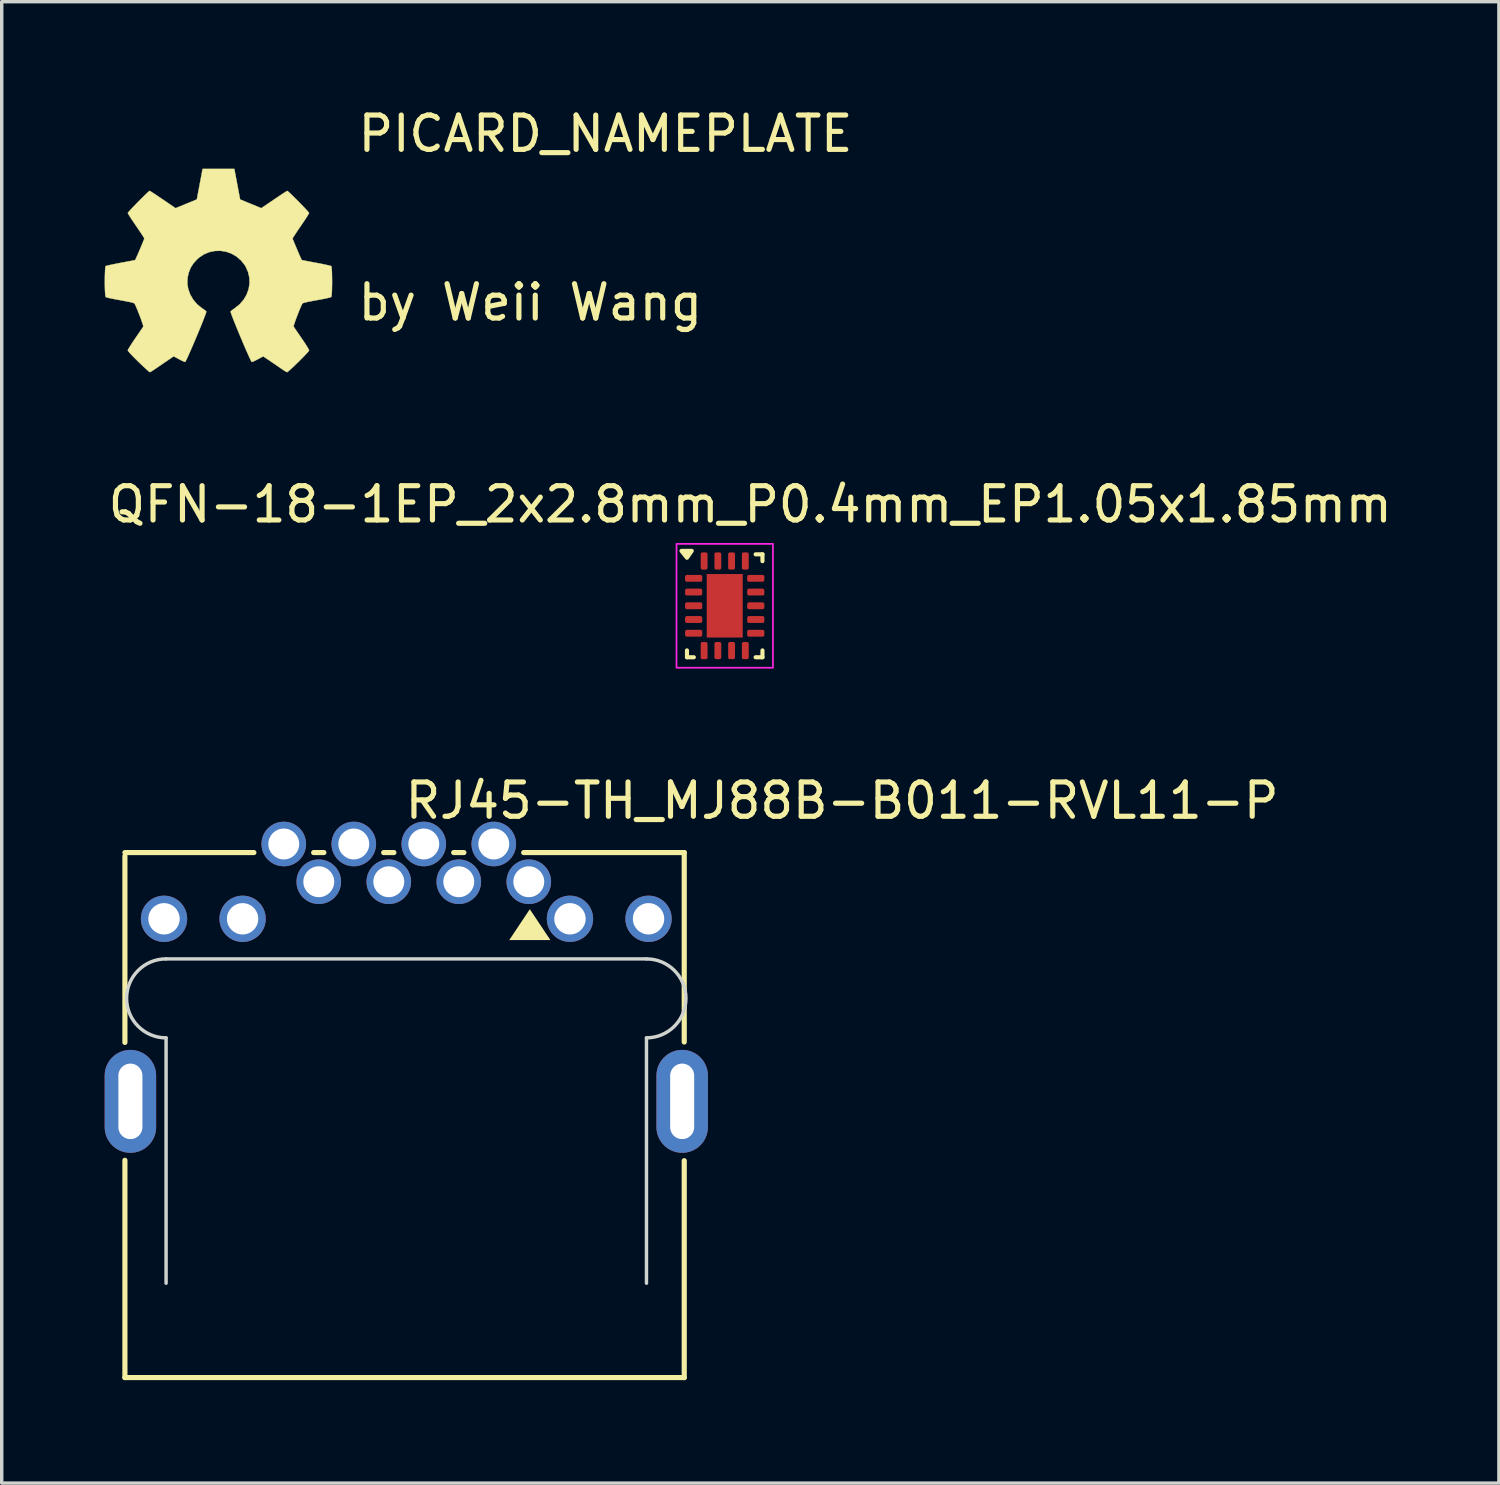
<source format=kicad_pcb>
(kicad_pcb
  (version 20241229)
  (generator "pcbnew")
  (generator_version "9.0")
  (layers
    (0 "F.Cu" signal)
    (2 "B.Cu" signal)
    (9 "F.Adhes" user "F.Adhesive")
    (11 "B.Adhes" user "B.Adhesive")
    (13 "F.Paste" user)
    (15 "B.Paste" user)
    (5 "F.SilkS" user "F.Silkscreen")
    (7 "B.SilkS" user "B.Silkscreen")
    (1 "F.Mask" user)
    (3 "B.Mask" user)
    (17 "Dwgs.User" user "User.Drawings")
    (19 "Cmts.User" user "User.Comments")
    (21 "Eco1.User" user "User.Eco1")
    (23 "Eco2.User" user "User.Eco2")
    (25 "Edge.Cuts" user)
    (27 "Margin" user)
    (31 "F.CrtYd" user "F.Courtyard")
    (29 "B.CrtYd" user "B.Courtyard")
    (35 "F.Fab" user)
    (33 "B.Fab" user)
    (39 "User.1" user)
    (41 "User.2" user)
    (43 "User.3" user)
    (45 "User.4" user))
  (footprint "QFN-18-1EP_2x2.8mm_P0.4mm_EP1.05x1.85mm"
    (layer "F.Cu")
    (at 18.07 14.604)
    (property "Reference" "QFN-18-1EP_2x2.8mm_P0.4mm_EP1.05x1.85mm" (at 0.745 -2.955 0) (layer "F.SilkS") (effects (font (size 1 1) (thickness 0.15))))
    (attr smd)
    (fp_line (start -1.1 1.5) (end -1.1 1.3) (stroke (width 0.12) (type default)) (layer "F.SilkS"))
    (fp_line (start -0.9 1.5) (end -1.1 1.5) (stroke (width 0.12) (type default)) (layer "F.SilkS"))
    (fp_line (start 0.9 -1.5) (end 1.1 -1.5) (stroke (width 0.12) (type default)) (layer "F.SilkS"))
    (fp_line (start 1.1 -1.5) (end 1.1 -1.3) (stroke (width 0.12) (type default)) (layer "F.SilkS"))
    (fp_line (start 1.1 1.3) (end 1.1 1.5) (stroke (width 0.12) (type default)) (layer "F.SilkS"))
    (fp_line (start 1.1 1.5) (end 0.9 1.5) (stroke (width 0.12) (type default)) (layer "F.SilkS"))
    (fp_poly (pts (xy -1.1 -1.4) (xy -1.26 -1.6) (xy -0.96 -1.6) (xy -1.1 -1.4)) (stroke (width 0.12) (type solid)) (fill yes) (layer "F.SilkS"))
    (fp_poly (pts (xy -0.3 -0.66) (xy 0.3 -0.66) (xy 0.3 -0.06) (xy -0.3 -0.06)) (stroke (width 0.01) (type solid)) (fill yes) (layer "F.Paste"))
    (fp_poly (pts (xy -0.3 0.06) (xy 0.3 0.06) (xy 0.3 0.66) (xy -0.3 0.66)) (stroke (width 0.01) (type solid)) (fill yes) (layer "F.Paste"))
    (fp_rect (start -1.405 -1.805) (end 1.405 1.805) (stroke (width 0.05) (type default)) (fill no) (layer "F.CrtYd"))
    (pad "1" smd roundrect (at -0.905 -0.8) (size 0.5 0.2) (layers "F.Cu" "F.Mask" "F.Paste") (roundrect_rratio 0.25))
    (pad "2" smd roundrect (at -0.905 -0.4) (size 0.5 0.2) (layers "F.Cu" "F.Mask" "F.Paste") (roundrect_rratio 0.25))
    (pad "3" smd roundrect (at -0.905 0) (size 0.5 0.2) (layers "F.Cu" "F.Mask" "F.Paste") (roundrect_rratio 0.25))
    (pad "4" smd roundrect (at -0.905 0.4) (size 0.5 0.2) (layers "F.Cu" "F.Mask" "F.Paste") (roundrect_rratio 0.25))
    (pad "5" smd roundrect (at -0.905 0.8) (size 0.5 0.2) (layers "F.Cu" "F.Mask" "F.Paste") (roundrect_rratio 0.25))
    (pad "6" smd roundrect (at -0.6 1.305) (size 0.2 0.5) (layers "F.Cu" "F.Mask" "F.Paste") (roundrect_rratio 0.25))
    (pad "7" smd roundrect (at -0.2 1.305 180) (size 0.2 0.5) (layers "F.Cu" "F.Mask" "F.Paste") (roundrect_rratio 0.25))
    (pad "8" smd roundrect (at 0.2 1.305) (size 0.2 0.5) (layers "F.Cu" "F.Mask" "F.Paste") (roundrect_rratio 0.25))
    (pad "9" smd roundrect (at 0.6 1.305) (size 0.2 0.5) (layers "F.Cu" "F.Mask" "F.Paste") (roundrect_rratio 0.25))
    (pad "10" smd roundrect (at 0.905 0.8) (size 0.5 0.2) (layers "F.Cu" "F.Mask" "F.Paste") (roundrect_rratio 0.25))
    (pad "11" smd roundrect (at 0.905 0.4) (size 0.5 0.2) (layers "F.Cu" "F.Mask" "F.Paste") (roundrect_rratio 0.25))
    (pad "12" smd roundrect (at 0.905 0) (size 0.5 0.2) (layers "F.Cu" "F.Mask" "F.Paste") (roundrect_rratio 0.25))
    (pad "13" smd roundrect (at 0.905 -0.4) (size 0.5 0.2) (layers "F.Cu" "F.Mask" "F.Paste") (roundrect_rratio 0.25))
    (pad "14" smd roundrect (at 0.905 -0.8) (size 0.5 0.2) (layers "F.Cu" "F.Mask" "F.Paste") (roundrect_rratio 0.25))
    (pad "15" smd roundrect (at 0.6 -1.305) (size 0.2 0.5) (layers "F.Cu" "F.Mask" "F.Paste") (roundrect_rratio 0.25))
    (pad "16" smd roundrect (at 0.2 -1.305) (size 0.2 0.5) (layers "F.Cu" "F.Mask" "F.Paste") (roundrect_rratio 0.25))
    (pad "17" smd roundrect (at -0.2 -1.305) (size 0.2 0.5) (layers "F.Cu" "F.Mask" "F.Paste") (roundrect_rratio 0.25))
    (pad "18" smd roundrect (at -0.6 -1.305) (size 0.2 0.5) (layers "F.Cu" "F.Mask" "F.Paste") (roundrect_rratio 0.25))
    (pad "19" smd rect (at 0 0) (size 1.05 1.85) (layers "F.Cu" "F.Mask")))
  (footprint "PICARD_NAMEPLATE"
    (layer "F.Cu")
    (at 3.307 4.848)
    (property "Reference" "PICARD_NAMEPLATE" (at 4 -4 0) (layer "F.SilkS") (effects (font (size 1 1) (thickness 0.15)) (justify left)))
    (attr exclude_from_pos_files exclude_from_bom)
    (fp_poly (pts (xy 0.556 -2.531) (xy 0.64 -2.086) (xy 0.949 -1.959) (xy 1.258 -1.831) (xy 1.629 -2.084) (xy 1.733 -2.154) (xy 1.827 -2.217) (xy 1.907 -2.269) (xy 1.967 -2.308) (xy 2.005 -2.331) (xy 2.015 -2.336) (xy 2.034 -2.323) (xy 2.073 -2.288) (xy 2.13 -2.235) (xy 2.198 -2.168) (xy 2.274 -2.093) (xy 2.353 -2.013) (xy 2.431 -1.932) (xy 2.504 -1.857) (xy 2.567 -1.79) (xy 2.615 -1.737) (xy 2.644 -1.702) (xy 2.651 -1.69) (xy 2.641 -1.669) (xy 2.613 -1.621) (xy 2.569 -1.553) (xy 2.513 -1.468) (xy 2.448 -1.371) (xy 2.41 -1.316) (xy 2.341 -1.215) (xy 2.28 -1.124) (xy 2.23 -1.047) (xy 2.193 -0.989) (xy 2.172 -0.955) (xy 2.169 -0.948) (xy 2.176 -0.927) (xy 2.195 -0.879) (xy 2.223 -0.811) (xy 2.257 -0.729) (xy 2.295 -0.64) (xy 2.333 -0.55) (xy 2.369 -0.467) (xy 2.4 -0.396) (xy 2.423 -0.346) (xy 2.435 -0.322) (xy 2.436 -0.321) (xy 2.455 -0.316) (xy 2.505 -0.306) (xy 2.581 -0.291) (xy 2.678 -0.272) (xy 2.791 -0.251) (xy 2.856 -0.239) (xy 2.977 -0.216) (xy 3.086 -0.194) (xy 3.177 -0.174) (xy 3.246 -0.158) (xy 3.287 -0.147) (xy 3.296 -0.143) (xy 3.304 -0.119) (xy 3.31 -0.064) (xy 3.315 0.015) (xy 3.318 0.112) (xy 3.32 0.22) (xy 3.321 0.333) (xy 3.319 0.445) (xy 3.317 0.549) (xy 3.312 0.638) (xy 3.307 0.707) (xy 3.299 0.748) (xy 3.295 0.757) (xy 3.269 0.767) (xy 3.213 0.782) (xy 3.136 0.799) (xy 3.044 0.818) (xy 3.012 0.824) (xy 2.858 0.852) (xy 2.735 0.875) (xy 2.642 0.893) (xy 2.572 0.908) (xy 2.523 0.919) (xy 2.491 0.929) (xy 2.471 0.938) (xy 2.459 0.947) (xy 2.457 0.948) (xy 2.44 0.976) (xy 2.415 1.031) (xy 2.383 1.105) (xy 2.347 1.192) (xy 2.311 1.286) (xy 2.275 1.379) (xy 2.244 1.466) (xy 2.219 1.539) (xy 2.203 1.592) (xy 2.199 1.618) (xy 2.2 1.619) (xy 2.214 1.64) (xy 2.245 1.687) (xy 2.291 1.755) (xy 2.349 1.838) (xy 2.413 1.933) (xy 2.432 1.96) (xy 2.498 2.057) (xy 2.556 2.146) (xy 2.603 2.221) (xy 2.635 2.278) (xy 2.651 2.311) (xy 2.651 2.315) (xy 2.638 2.336) (xy 2.603 2.377) (xy 2.549 2.435) (xy 2.482 2.505) (xy 2.406 2.582) (xy 2.326 2.662) (xy 2.245 2.74) (xy 2.17 2.811) (xy 2.103 2.872) (xy 2.051 2.918) (xy 2.017 2.944) (xy 2.008 2.948) (xy 1.986 2.938) (xy 1.941 2.911) (xy 1.88 2.872) (xy 1.834 2.84) (xy 1.749 2.782) (xy 1.65 2.714) (xy 1.549 2.646) (xy 1.496 2.609) (xy 1.313 2.486) (xy 1.16 2.569) (xy 1.091 2.605) (xy 1.031 2.633) (xy 0.991 2.649) (xy 0.981 2.651) (xy 0.969 2.635) (xy 0.945 2.588) (xy 0.91 2.516) (xy 0.868 2.422) (xy 0.818 2.31) (xy 0.764 2.186) (xy 0.708 2.053) (xy 0.65 1.916) (xy 0.593 1.779) (xy 0.538 1.646) (xy 0.488 1.522) (xy 0.443 1.411) (xy 0.407 1.317) (xy 0.381 1.244) (xy 0.366 1.197) (xy 0.363 1.181) (xy 0.382 1.16) (xy 0.424 1.127) (xy 0.48 1.088) (xy 0.484 1.085) (xy 0.628 0.969) (xy 0.744 0.835) (xy 0.831 0.686) (xy 0.889 0.526) (xy 0.915 0.36) (xy 0.91 0.192) (xy 0.871 0.026) (xy 0.799 -0.134) (xy 0.778 -0.169) (xy 0.667 -0.309) (xy 0.536 -0.422) (xy 0.39 -0.507) (xy 0.233 -0.563) (xy 0.069 -0.589) (xy -0.097 -0.585) (xy -0.26 -0.551) (xy -0.416 -0.485) (xy -0.56 -0.388) (xy -0.605 -0.348) (xy -0.719 -0.224) (xy -0.802 -0.094) (xy -0.859 0.052) (xy -0.89 0.197) (xy -0.898 0.36) (xy -0.872 0.523) (xy -0.815 0.682) (xy -0.729 0.831) (xy -0.617 0.964) (xy -0.482 1.075) (xy -0.464 1.087) (xy -0.408 1.126) (xy -0.365 1.159) (xy -0.345 1.18) (xy -0.344 1.181) (xy -0.349 1.204) (xy -0.366 1.256) (xy -0.395 1.333) (xy -0.433 1.431) (xy -0.478 1.545) (xy -0.53 1.672) (xy -0.585 1.806) (xy -0.643 1.943) (xy -0.7 2.08) (xy -0.757 2.211) (xy -0.81 2.333) (xy -0.858 2.441) (xy -0.899 2.532) (xy -0.932 2.599) (xy -0.954 2.64) (xy -0.963 2.651) (xy -0.99 2.643) (xy -1.04 2.62) (xy -1.106 2.588) (xy -1.142 2.569) (xy -1.295 2.486) (xy -1.477 2.609) (xy -1.57 2.672) (xy -1.672 2.742) (xy -1.767 2.807) (xy -1.815 2.84) (xy -1.882 2.885) (xy -1.939 2.921) (xy -1.979 2.943) (xy -1.991 2.948) (xy -2.01 2.935) (xy -2.051 2.9) (xy -2.11 2.847) (xy -2.185 2.778) (xy -2.269 2.698) (xy -2.323 2.646) (xy -2.416 2.554) (xy -2.497 2.472) (xy -2.562 2.403) (xy -2.608 2.351) (xy -2.631 2.319) (xy -2.633 2.312) (xy -2.623 2.287) (xy -2.594 2.237) (xy -2.551 2.167) (xy -2.496 2.082) (xy -2.432 1.986) (xy -2.413 1.96) (xy -2.347 1.863) (xy -2.287 1.776) (xy -2.238 1.704) (xy -2.202 1.65) (xy -2.183 1.622) (xy -2.181 1.619) (xy -2.184 1.596) (xy -2.199 1.545) (xy -2.223 1.474) (xy -2.253 1.389) (xy -2.288 1.296) (xy -2.325 1.202) (xy -2.361 1.113) (xy -2.393 1.038) (xy -2.419 0.981) (xy -2.437 0.95) (xy -2.438 0.948) (xy -2.449 0.94) (xy -2.468 0.931) (xy -2.498 0.921) (xy -2.543 0.91) (xy -2.608 0.896) (xy -2.697 0.879) (xy -2.813 0.857) (xy -2.962 0.83) (xy -2.994 0.824) (xy -3.089 0.805) (xy -3.172 0.787) (xy -3.235 0.772) (xy -3.271 0.76) (xy -3.276 0.757) (xy -3.284 0.732) (xy -3.291 0.677) (xy -3.296 0.597) (xy -3.3 0.5) (xy -3.302 0.392) (xy -3.302 0.279) (xy -3.301 0.167) (xy -3.298 0.064) (xy -3.294 -0.026) (xy -3.289 -0.094) (xy -3.281 -0.135) (xy -3.277 -0.143) (xy -3.253 -0.152) (xy -3.197 -0.166) (xy -3.117 -0.183) (xy -3.016 -0.204) (xy -2.901 -0.227) (xy -2.838 -0.239) (xy -2.719 -0.261) (xy -2.613 -0.281) (xy -2.524 -0.298) (xy -2.46 -0.311) (xy -2.423 -0.319) (xy -2.417 -0.321) (xy -2.407 -0.34) (xy -2.386 -0.387) (xy -2.356 -0.455) (xy -2.32 -0.537) (xy -2.282 -0.626) (xy -2.244 -0.716) (xy -2.209 -0.8) (xy -2.18 -0.871) (xy -2.16 -0.922) (xy -2.151 -0.948) (xy -2.151 -0.949) (xy -2.161 -0.968) (xy -2.189 -1.014) (xy -2.233 -1.081) (xy -2.289 -1.165) (xy -2.354 -1.261) (xy -2.392 -1.316) (xy -2.461 -1.418) (xy -2.522 -1.509) (xy -2.573 -1.587) (xy -2.61 -1.647) (xy -2.63 -1.683) (xy -2.633 -1.691) (xy -2.62 -1.709) (xy -2.585 -1.75) (xy -2.533 -1.807) (xy -2.467 -1.876) (xy -2.393 -1.953) (xy -2.314 -2.033) (xy -2.235 -2.113) (xy -2.16 -2.187) (xy -2.095 -2.25) (xy -2.043 -2.299) (xy -2.008 -2.329) (xy -1.996 -2.336) (xy -1.978 -2.326) (xy -1.933 -2.298) (xy -1.866 -2.255) (xy -1.781 -2.199) (xy -1.684 -2.133) (xy -1.611 -2.084) (xy -1.24 -1.831) (xy -0.621 -2.086) (xy -0.537 -2.531) (xy -0.453 -2.976) (xy 0.472 -2.976) (xy 0.556 -2.531)) (stroke (width 0.01) (type solid)) (fill yes) (layer "F.SilkS"))
    (fp_text user "by Weii Wang" (at 4 1.5 0) (unlocked yes) (layer "F.SilkS") (effects (font (size 1 1) (thickness 0.15)) (justify left bottom))))
  (footprint "RJ45-TH_MJ88B-B011-RVL11-P"
    (layer "F.Cu")
    (at 8.79 25.296)
    (property "Reference" "RJ45-TH_MJ88B-B011-RVL11-P" (at -0.113 -5.013 0) (layer "F.SilkS") (effects (font (size 1 1) (thickness 0.15)) (justify left)))
    (attr through_hole)
    (fp_line (start -8.2 -3.5) (end -4.441 -3.5) (stroke (width 0.15) (type solid)) (layer "F.SilkS"))
    (fp_line (start -8.2 2.032) (end -8.2 -3.4) (stroke (width 0.15) (type solid)) (layer "F.SilkS"))
    (fp_line (start -8.2 11.8) (end -8.2 5.468) (stroke (width 0.15) (type solid)) (layer "F.SilkS"))
    (fp_line (start -2.699 -3.5) (end -2.401 -3.5) (stroke (width 0.15) (type solid)) (layer "F.SilkS"))
    (fp_line (start -0.659 -3.5) (end -0.361 -3.5) (stroke (width 0.15) (type solid)) (layer "F.SilkS"))
    (fp_line (start 1.381 -3.5) (end 1.679 -3.5) (stroke (width 0.15) (type solid)) (layer "F.SilkS"))
    (fp_line (start 3.421 -3.5) (end 8.1 -3.5) (stroke (width 0.15) (type solid)) (layer "F.SilkS"))
    (fp_line (start 8.1 -3.5) (end 8.1 2.021) (stroke (width 0.15) (type solid)) (layer "F.SilkS"))
    (fp_line (start 8.1 5.479) (end 8.1 11.8) (stroke (width 0.15) (type solid)) (layer "F.SilkS"))
    (fp_line (start 8.1 11.8) (end -8.2 11.8) (stroke (width 0.15) (type solid)) (layer "F.SilkS"))
    (fp_poly (pts (xy 3.6 -1.85) (xy 3 -0.95) (xy 4.2 -0.95)) (stroke (width 0) (type solid)) (fill yes) (layer "F.SilkS"))
    (fp_line (start -7 1.9) (end -7 9.05) (stroke (width 0.1) (type solid)) (layer "Edge.Cuts"))
    (fp_line (start 7 -0.401) (end -7 -0.401) (stroke (width 0.1) (type solid)) (layer "Edge.Cuts"))
    (fp_line (start 7 1.9) (end 7 9.05) (stroke (width 0.1) (type solid)) (layer "Edge.Cuts"))
    (fp_arc (start -7 1.9) (mid -8.15601 0.748596) (end -6.999192 -0.401996) (stroke (width 0.1) (type solid)) (layer "Edge.Cuts"))
    (fp_arc (start 7 -0.401) (mid 8.15501 0.749399) (end 6.999202 1.898996) (stroke (width 0.1) (type solid)) (layer "Edge.Cuts"))
    (pad "1" thru_hole circle (at 3.57 -2.65) (size 1.3 1.3) (drill 0.9) (layers "*.Cu" "*.Paste" "*.Mask"))
    (pad "2" thru_hole circle (at 2.55 -3.75) (size 1.3 1.3) (drill 0.9) (layers "*.Cu" "*.Paste" "*.Mask"))
    (pad "3" thru_hole circle (at 1.53 -2.65) (size 1.3 1.3) (drill 0.9) (layers "*.Cu" "*.Paste" "*.Mask"))
    (pad "4" thru_hole circle (at 0.51 -3.75) (size 1.3 1.3) (drill 0.9) (layers "*.Cu" "*.Paste" "*.Mask"))
    (pad "5" thru_hole circle (at -0.51 -2.65) (size 1.3 1.3) (drill 0.9) (layers "*.Cu" "*.Paste" "*.Mask"))
    (pad "6" thru_hole circle (at -1.53 -3.75) (size 1.3 1.3) (drill 0.9) (layers "*.Cu" "*.Paste" "*.Mask"))
    (pad "7" thru_hole circle (at -2.55 -2.65) (size 1.3 1.3) (drill 0.9) (layers "*.Cu" "*.Paste" "*.Mask"))
    (pad "8" thru_hole circle (at -3.57 -3.75) (size 1.3 1.3) (drill 0.9) (layers "*.Cu" "*.Paste" "*.Mask"))
    (pad "9" thru_hole circle (at -4.77 -1.57) (size 1.35 1.35) (drill 0.914) (layers "*.Cu" "*.Paste" "*.Mask"))
    (pad "10" thru_hole circle (at -7.06 -1.57) (size 1.35 1.35) (drill 0.914) (layers "*.Cu" "*.Paste" "*.Mask"))
    (pad "11" thru_hole circle (at 7.06 -1.57) (size 1.35 1.35) (drill 0.914) (layers "*.Cu" "*.Paste" "*.Mask"))
    (pad "12" thru_hole circle (at 4.77 -1.57) (size 1.35 1.35) (drill 0.914) (layers "*.Cu" "*.Paste" "*.Mask"))
    (pad "SH" thru_hole oval (at -8.04 3.75) (size 1.5 3) (drill oval 0.7 2.2) (layers "*.Cu" "*.Paste" "*.Mask"))
    (pad "SH" thru_hole oval (at 8.04 3.75) (size 1.5 3) (drill oval 0.7 2.2) (layers "*.Cu" "*.Paste" "*.Mask")))
  (gr_rect
    (start -3 -3)
    (end 40.631 40.171)
    (stroke (width 0.1) (type default))
    (fill no)
    (layer "Edge.Cuts")))
</source>
